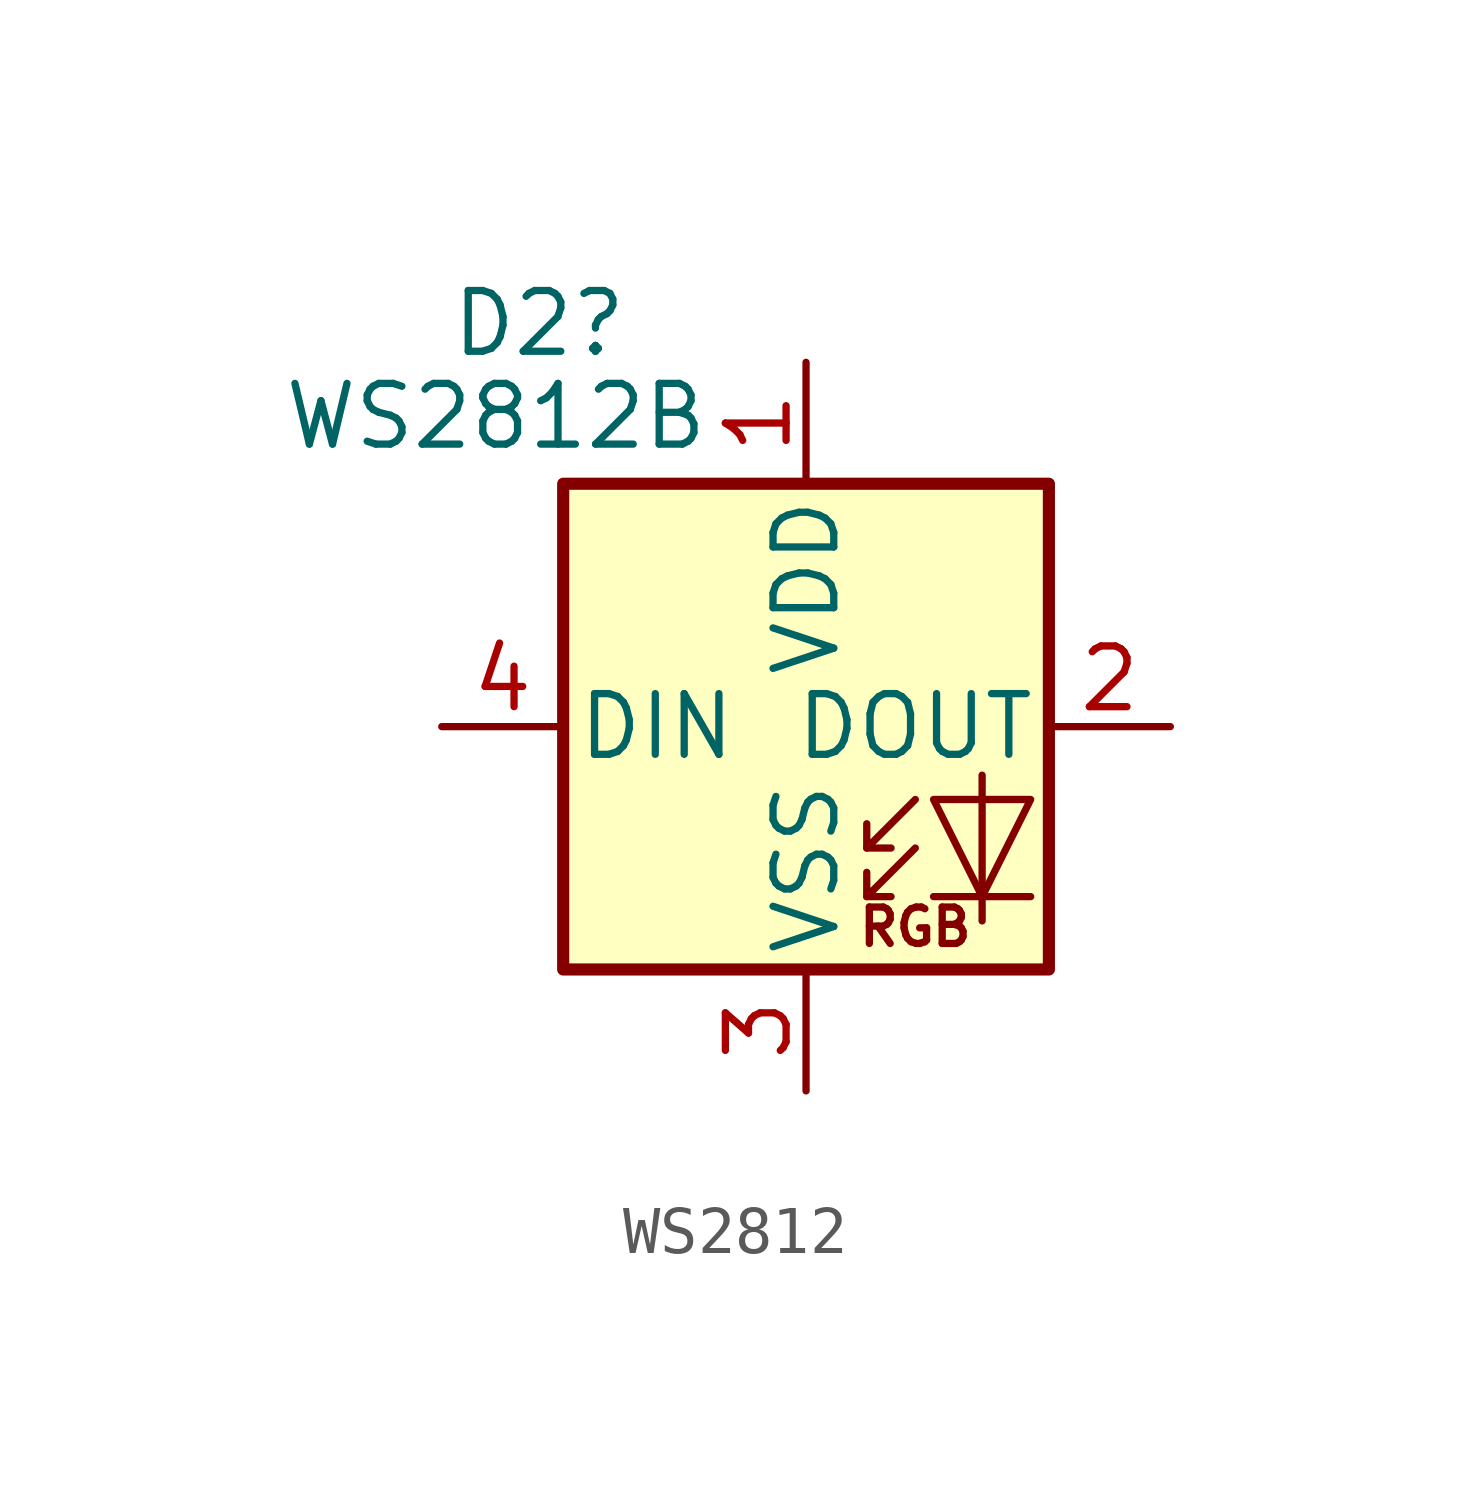
<source format=kicad_sym>
(kicad_symbol_lib
  (version 20241209)
  (generator "kicad_symbol_editor")
  (generator_version "9.0")
  (symbol "WS2812"
    (pin_names
      (offset 0.254))
    (property "Reference" "D2"
      (at -7.468 8.432 0)
      (effects (font (size 1.27 1.27)) (justify left)))
    (property "Value" "WS2812B"
      (at -10.973 6.489 0)
      (effects (font (size 1.27 1.27)) (justify left)))
    (symbol "WS2812_0_0"
      (text "RGB" (at 2.286 -4.191 0) (effects (font (size 0.762 0.762)))))
    (symbol "WS2812_0_1"
      (polyline (pts (xy 1.27 -2.54) (xy 1.778 -2.54)) (stroke (width 0) (type default)) (fill (type none)))
      (polyline (pts (xy 1.27 -3.556) (xy 1.778 -3.556)) (stroke (width 0) (type default)) (fill (type none)))
      (polyline (pts (xy 2.286 -1.524) (xy 1.27 -2.54) (xy 1.27 -2.032)) (stroke (width 0) (type default)) (fill (type none)))
      (polyline (pts (xy 2.286 -2.54) (xy 1.27 -3.556) (xy 1.27 -3.048)) (stroke (width 0) (type default)) (fill (type none)))
      (polyline (pts (xy 3.683 -1.016) (xy 3.683 -3.556) (xy 3.683 -4.064)) (stroke (width 0) (type default)) (fill (type none)))
      (polyline (pts (xy 4.699 -1.524) (xy 2.667 -1.524) (xy 3.683 -3.556) (xy 4.699 -1.524)) (stroke (width 0) (type default)) (fill (type none)))
      (polyline (pts (xy 4.699 -3.556) (xy 2.667 -3.556)) (stroke (width 0) (type default)) (fill (type none)))
      (rectangle (start 5.08 5.08) (end -5.08 -5.08) (stroke (width 0.254) (type default)) (fill (type background))))
    (symbol "WS2812_1_1"
      (pin input line (at -7.62 0 0) (length 2.54) (name "DIN" (effects (font (size 1.27 1.27)))) (number "4" (effects (font (size 1.27 1.27)))))
      (pin power_in line (at 0 7.62 270) (length 2.54) (name "VDD" (effects (font (size 1.27 1.27)))) (number "1" (effects (font (size 1.27 1.27)))))
      (pin power_in line (at 0 -7.62 90) (length 2.54) (name "VSS" (effects (font (size 1.27 1.27)))) (number "3" (effects (font (size 1.27 1.27)))))
      (pin output line (at 7.62 0 180) (length 2.54) (name "DOUT" (effects (font (size 1.27 1.27)))) (number "2" (effects (font (size 1.27 1.27))))))))
</source>
